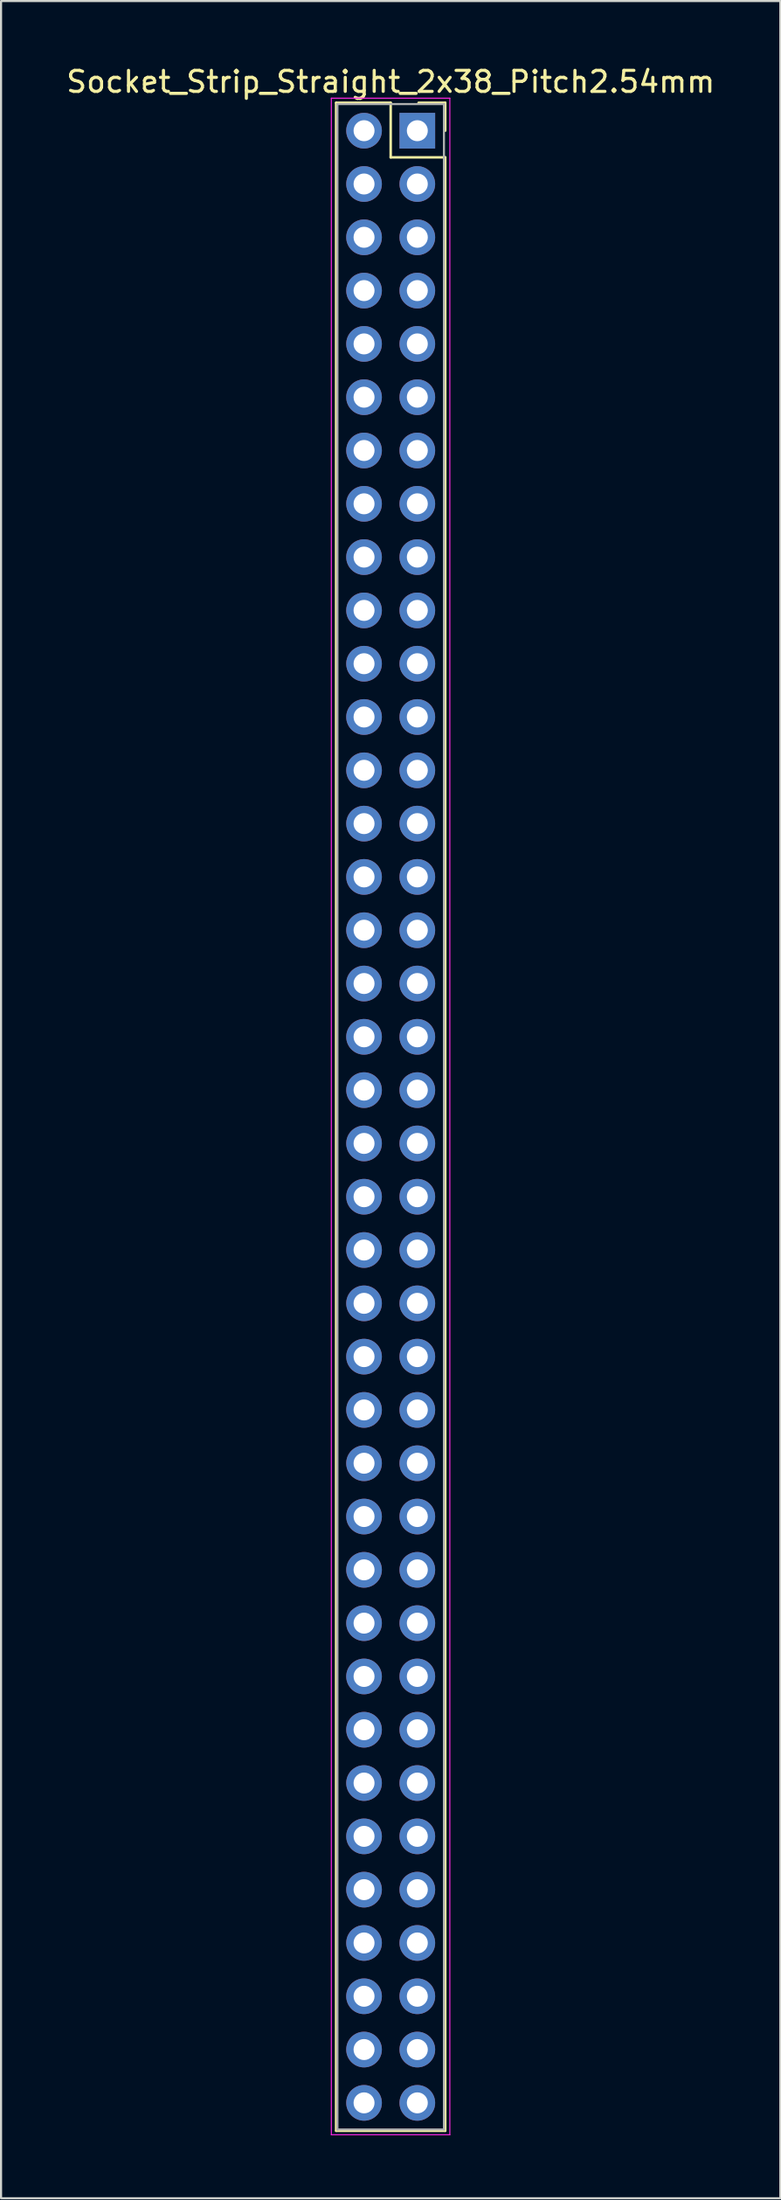
<source format=kicad_pcb>
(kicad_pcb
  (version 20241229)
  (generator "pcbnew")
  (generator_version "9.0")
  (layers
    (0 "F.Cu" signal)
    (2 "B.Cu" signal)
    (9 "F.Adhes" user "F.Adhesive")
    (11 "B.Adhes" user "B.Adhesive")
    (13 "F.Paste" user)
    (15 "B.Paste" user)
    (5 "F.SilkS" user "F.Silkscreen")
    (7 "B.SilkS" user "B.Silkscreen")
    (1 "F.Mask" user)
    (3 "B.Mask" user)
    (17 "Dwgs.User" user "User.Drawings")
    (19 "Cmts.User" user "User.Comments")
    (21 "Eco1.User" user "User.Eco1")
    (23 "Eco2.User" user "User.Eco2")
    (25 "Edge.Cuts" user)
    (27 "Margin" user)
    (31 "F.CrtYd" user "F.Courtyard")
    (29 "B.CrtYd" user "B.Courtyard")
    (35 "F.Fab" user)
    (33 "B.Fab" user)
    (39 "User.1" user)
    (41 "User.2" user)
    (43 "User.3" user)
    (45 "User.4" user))
  (footprint "Socket_Strip_Straight_2x38_Pitch2.54mm"
    (layer "F.Cu")
    (at 16.847 3.178)
    (property "Reference" "Socket_Strip_Straight_2x38_Pitch2.54mm" (at -1.27 -2.33 0) (layer "F.SilkS") (effects (font (size 1 1) (thickness 0.15))))
    (attr through_hole)
    (fp_line (start -3.87 -1.33) (end -1.27 -1.33) (stroke (width 0.12) (type solid)) (layer "F.SilkS"))
    (fp_line (start -3.87 95.31) (end -3.87 -1.33) (stroke (width 0.12) (type solid)) (layer "F.SilkS"))
    (fp_line (start -1.27 -1.33) (end -1.27 1.27) (stroke (width 0.12) (type solid)) (layer "F.SilkS"))
    (fp_line (start -1.27 1.27) (end 1.33 1.27) (stroke (width 0.12) (type solid)) (layer "F.SilkS"))
    (fp_line (start 1.33 -1.33) (end 0.06 -1.33) (stroke (width 0.12) (type solid)) (layer "F.SilkS"))
    (fp_line (start 1.33 0) (end 1.33 -1.33) (stroke (width 0.12) (type solid)) (layer "F.SilkS"))
    (fp_line (start 1.33 1.27) (end 1.33 95.31) (stroke (width 0.12) (type solid)) (layer "F.SilkS"))
    (fp_line (start 1.33 95.31) (end -3.87 95.31) (stroke (width 0.12) (type solid)) (layer "F.SilkS"))
    (fp_line (start -4.1 -1.55) (end -4.1 95.5) (stroke (width 0.05) (type solid)) (layer "F.CrtYd"))
    (fp_line (start -4.1 95.5) (end 1.55 95.5) (stroke (width 0.05) (type solid)) (layer "F.CrtYd"))
    (fp_line (start 1.55 -1.55) (end -4.1 -1.55) (stroke (width 0.05) (type solid)) (layer "F.CrtYd"))
    (fp_line (start 1.55 95.5) (end 1.55 -1.55) (stroke (width 0.05) (type solid)) (layer "F.CrtYd"))
    (fp_line (start -3.81 -1.27) (end -3.81 95.25) (stroke (width 0.1) (type solid)) (layer "F.Fab"))
    (fp_line (start -3.81 95.25) (end 1.27 95.25) (stroke (width 0.1) (type solid)) (layer "F.Fab"))
    (fp_line (start 1.27 -1.27) (end -3.81 -1.27) (stroke (width 0.1) (type solid)) (layer "F.Fab"))
    (fp_line (start 1.27 95.25) (end 1.27 -1.27) (stroke (width 0.1) (type solid)) (layer "F.Fab"))
    (pad "1" thru_hole rect (at 0 0) (size 1.7 1.7) (drill 1) (layers "*.Cu" "*.Mask"))
    (pad "2" thru_hole oval (at -2.54 0) (size 1.7 1.7) (drill 1) (layers "*.Cu" "*.Mask"))
    (pad "3" thru_hole oval (at 0 2.54) (size 1.7 1.7) (drill 1) (layers "*.Cu" "*.Mask"))
    (pad "4" thru_hole oval (at -2.54 2.54) (size 1.7 1.7) (drill 1) (layers "*.Cu" "*.Mask"))
    (pad "5" thru_hole oval (at 0 5.08) (size 1.7 1.7) (drill 1) (layers "*.Cu" "*.Mask"))
    (pad "6" thru_hole oval (at -2.54 5.08) (size 1.7 1.7) (drill 1) (layers "*.Cu" "*.Mask"))
    (pad "7" thru_hole oval (at 0 7.62) (size 1.7 1.7) (drill 1) (layers "*.Cu" "*.Mask"))
    (pad "8" thru_hole oval (at -2.54 7.62) (size 1.7 1.7) (drill 1) (layers "*.Cu" "*.Mask"))
    (pad "9" thru_hole oval (at 0 10.16) (size 1.7 1.7) (drill 1) (layers "*.Cu" "*.Mask"))
    (pad "10" thru_hole oval (at -2.54 10.16) (size 1.7 1.7) (drill 1) (layers "*.Cu" "*.Mask"))
    (pad "11" thru_hole oval (at 0 12.7) (size 1.7 1.7) (drill 1) (layers "*.Cu" "*.Mask"))
    (pad "12" thru_hole oval (at -2.54 12.7) (size 1.7 1.7) (drill 1) (layers "*.Cu" "*.Mask"))
    (pad "13" thru_hole oval (at 0 15.24) (size 1.7 1.7) (drill 1) (layers "*.Cu" "*.Mask"))
    (pad "14" thru_hole oval (at -2.54 15.24) (size 1.7 1.7) (drill 1) (layers "*.Cu" "*.Mask"))
    (pad "15" thru_hole oval (at 0 17.78) (size 1.7 1.7) (drill 1) (layers "*.Cu" "*.Mask"))
    (pad "16" thru_hole oval (at -2.54 17.78) (size 1.7 1.7) (drill 1) (layers "*.Cu" "*.Mask"))
    (pad "17" thru_hole oval (at 0 20.32) (size 1.7 1.7) (drill 1) (layers "*.Cu" "*.Mask"))
    (pad "18" thru_hole oval (at -2.54 20.32) (size 1.7 1.7) (drill 1) (layers "*.Cu" "*.Mask"))
    (pad "19" thru_hole oval (at 0 22.86) (size 1.7 1.7) (drill 1) (layers "*.Cu" "*.Mask"))
    (pad "20" thru_hole oval (at -2.54 22.86) (size 1.7 1.7) (drill 1) (layers "*.Cu" "*.Mask"))
    (pad "21" thru_hole oval (at 0 25.4) (size 1.7 1.7) (drill 1) (layers "*.Cu" "*.Mask"))
    (pad "22" thru_hole oval (at -2.54 25.4) (size 1.7 1.7) (drill 1) (layers "*.Cu" "*.Mask"))
    (pad "23" thru_hole oval (at 0 27.94) (size 1.7 1.7) (drill 1) (layers "*.Cu" "*.Mask"))
    (pad "24" thru_hole oval (at -2.54 27.94) (size 1.7 1.7) (drill 1) (layers "*.Cu" "*.Mask"))
    (pad "25" thru_hole oval (at 0 30.48) (size 1.7 1.7) (drill 1) (layers "*.Cu" "*.Mask"))
    (pad "26" thru_hole oval (at -2.54 30.48) (size 1.7 1.7) (drill 1) (layers "*.Cu" "*.Mask"))
    (pad "27" thru_hole oval (at 0 33.02) (size 1.7 1.7) (drill 1) (layers "*.Cu" "*.Mask"))
    (pad "28" thru_hole oval (at -2.54 33.02) (size 1.7 1.7) (drill 1) (layers "*.Cu" "*.Mask"))
    (pad "29" thru_hole oval (at 0 35.56) (size 1.7 1.7) (drill 1) (layers "*.Cu" "*.Mask"))
    (pad "30" thru_hole oval (at -2.54 35.56) (size 1.7 1.7) (drill 1) (layers "*.Cu" "*.Mask"))
    (pad "31" thru_hole oval (at 0 38.1) (size 1.7 1.7) (drill 1) (layers "*.Cu" "*.Mask"))
    (pad "32" thru_hole oval (at -2.54 38.1) (size 1.7 1.7) (drill 1) (layers "*.Cu" "*.Mask"))
    (pad "33" thru_hole oval (at 0 40.64) (size 1.7 1.7) (drill 1) (layers "*.Cu" "*.Mask"))
    (pad "34" thru_hole oval (at -2.54 40.64) (size 1.7 1.7) (drill 1) (layers "*.Cu" "*.Mask"))
    (pad "35" thru_hole oval (at 0 43.18) (size 1.7 1.7) (drill 1) (layers "*.Cu" "*.Mask"))
    (pad "36" thru_hole oval (at -2.54 43.18) (size 1.7 1.7) (drill 1) (layers "*.Cu" "*.Mask"))
    (pad "37" thru_hole oval (at 0 45.72) (size 1.7 1.7) (drill 1) (layers "*.Cu" "*.Mask"))
    (pad "38" thru_hole oval (at -2.54 45.72) (size 1.7 1.7) (drill 1) (layers "*.Cu" "*.Mask"))
    (pad "39" thru_hole oval (at 0 48.26) (size 1.7 1.7) (drill 1) (layers "*.Cu" "*.Mask"))
    (pad "40" thru_hole oval (at -2.54 48.26) (size 1.7 1.7) (drill 1) (layers "*.Cu" "*.Mask"))
    (pad "41" thru_hole oval (at 0 50.8) (size 1.7 1.7) (drill 1) (layers "*.Cu" "*.Mask"))
    (pad "42" thru_hole oval (at -2.54 50.8) (size 1.7 1.7) (drill 1) (layers "*.Cu" "*.Mask"))
    (pad "43" thru_hole oval (at 0 53.34) (size 1.7 1.7) (drill 1) (layers "*.Cu" "*.Mask"))
    (pad "44" thru_hole oval (at -2.54 53.34) (size 1.7 1.7) (drill 1) (layers "*.Cu" "*.Mask"))
    (pad "45" thru_hole oval (at 0 55.88) (size 1.7 1.7) (drill 1) (layers "*.Cu" "*.Mask"))
    (pad "46" thru_hole oval (at -2.54 55.88) (size 1.7 1.7) (drill 1) (layers "*.Cu" "*.Mask"))
    (pad "47" thru_hole oval (at 0 58.42) (size 1.7 1.7) (drill 1) (layers "*.Cu" "*.Mask"))
    (pad "48" thru_hole oval (at -2.54 58.42) (size 1.7 1.7) (drill 1) (layers "*.Cu" "*.Mask"))
    (pad "49" thru_hole oval (at 0 60.96) (size 1.7 1.7) (drill 1) (layers "*.Cu" "*.Mask"))
    (pad "50" thru_hole oval (at -2.54 60.96) (size 1.7 1.7) (drill 1) (layers "*.Cu" "*.Mask"))
    (pad "51" thru_hole oval (at 0 63.5) (size 1.7 1.7) (drill 1) (layers "*.Cu" "*.Mask"))
    (pad "52" thru_hole oval (at -2.54 63.5) (size 1.7 1.7) (drill 1) (layers "*.Cu" "*.Mask"))
    (pad "53" thru_hole oval (at 0 66.04) (size 1.7 1.7) (drill 1) (layers "*.Cu" "*.Mask"))
    (pad "54" thru_hole oval (at -2.54 66.04) (size 1.7 1.7) (drill 1) (layers "*.Cu" "*.Mask"))
    (pad "55" thru_hole oval (at 0 68.58) (size 1.7 1.7) (drill 1) (layers "*.Cu" "*.Mask"))
    (pad "56" thru_hole oval (at -2.54 68.58) (size 1.7 1.7) (drill 1) (layers "*.Cu" "*.Mask"))
    (pad "57" thru_hole oval (at 0 71.12) (size 1.7 1.7) (drill 1) (layers "*.Cu" "*.Mask"))
    (pad "58" thru_hole oval (at -2.54 71.12) (size 1.7 1.7) (drill 1) (layers "*.Cu" "*.Mask"))
    (pad "59" thru_hole oval (at 0 73.66) (size 1.7 1.7) (drill 1) (layers "*.Cu" "*.Mask"))
    (pad "60" thru_hole oval (at -2.54 73.66) (size 1.7 1.7) (drill 1) (layers "*.Cu" "*.Mask"))
    (pad "61" thru_hole oval (at 0 76.2) (size 1.7 1.7) (drill 1) (layers "*.Cu" "*.Mask"))
    (pad "62" thru_hole oval (at -2.54 76.2) (size 1.7 1.7) (drill 1) (layers "*.Cu" "*.Mask"))
    (pad "63" thru_hole oval (at 0 78.74) (size 1.7 1.7) (drill 1) (layers "*.Cu" "*.Mask"))
    (pad "64" thru_hole oval (at -2.54 78.74) (size 1.7 1.7) (drill 1) (layers "*.Cu" "*.Mask"))
    (pad "65" thru_hole oval (at 0 81.28) (size 1.7 1.7) (drill 1) (layers "*.Cu" "*.Mask"))
    (pad "66" thru_hole oval (at -2.54 81.28) (size 1.7 1.7) (drill 1) (layers "*.Cu" "*.Mask"))
    (pad "67" thru_hole oval (at 0 83.82) (size 1.7 1.7) (drill 1) (layers "*.Cu" "*.Mask"))
    (pad "68" thru_hole oval (at -2.54 83.82) (size 1.7 1.7) (drill 1) (layers "*.Cu" "*.Mask"))
    (pad "69" thru_hole oval (at 0 86.36) (size 1.7 1.7) (drill 1) (layers "*.Cu" "*.Mask"))
    (pad "70" thru_hole oval (at -2.54 86.36) (size 1.7 1.7) (drill 1) (layers "*.Cu" "*.Mask"))
    (pad "71" thru_hole oval (at 0 88.9) (size 1.7 1.7) (drill 1) (layers "*.Cu" "*.Mask"))
    (pad "72" thru_hole oval (at -2.54 88.9) (size 1.7 1.7) (drill 1) (layers "*.Cu" "*.Mask"))
    (pad "73" thru_hole oval (at 0 91.44) (size 1.7 1.7) (drill 1) (layers "*.Cu" "*.Mask"))
    (pad "74" thru_hole oval (at -2.54 91.44) (size 1.7 1.7) (drill 1) (layers "*.Cu" "*.Mask"))
    (pad "75" thru_hole oval (at 0 93.98) (size 1.7 1.7) (drill 1) (layers "*.Cu" "*.Mask"))
    (pad "76" thru_hole oval (at -2.54 93.98) (size 1.7 1.7) (drill 1) (layers "*.Cu" "*.Mask")))
  (gr_rect
    (start -3 -3)
    (end 34.155 101.703)
    (stroke (width 0.1) (type default))
    (fill no)
    (layer "Edge.Cuts")))
</source>
